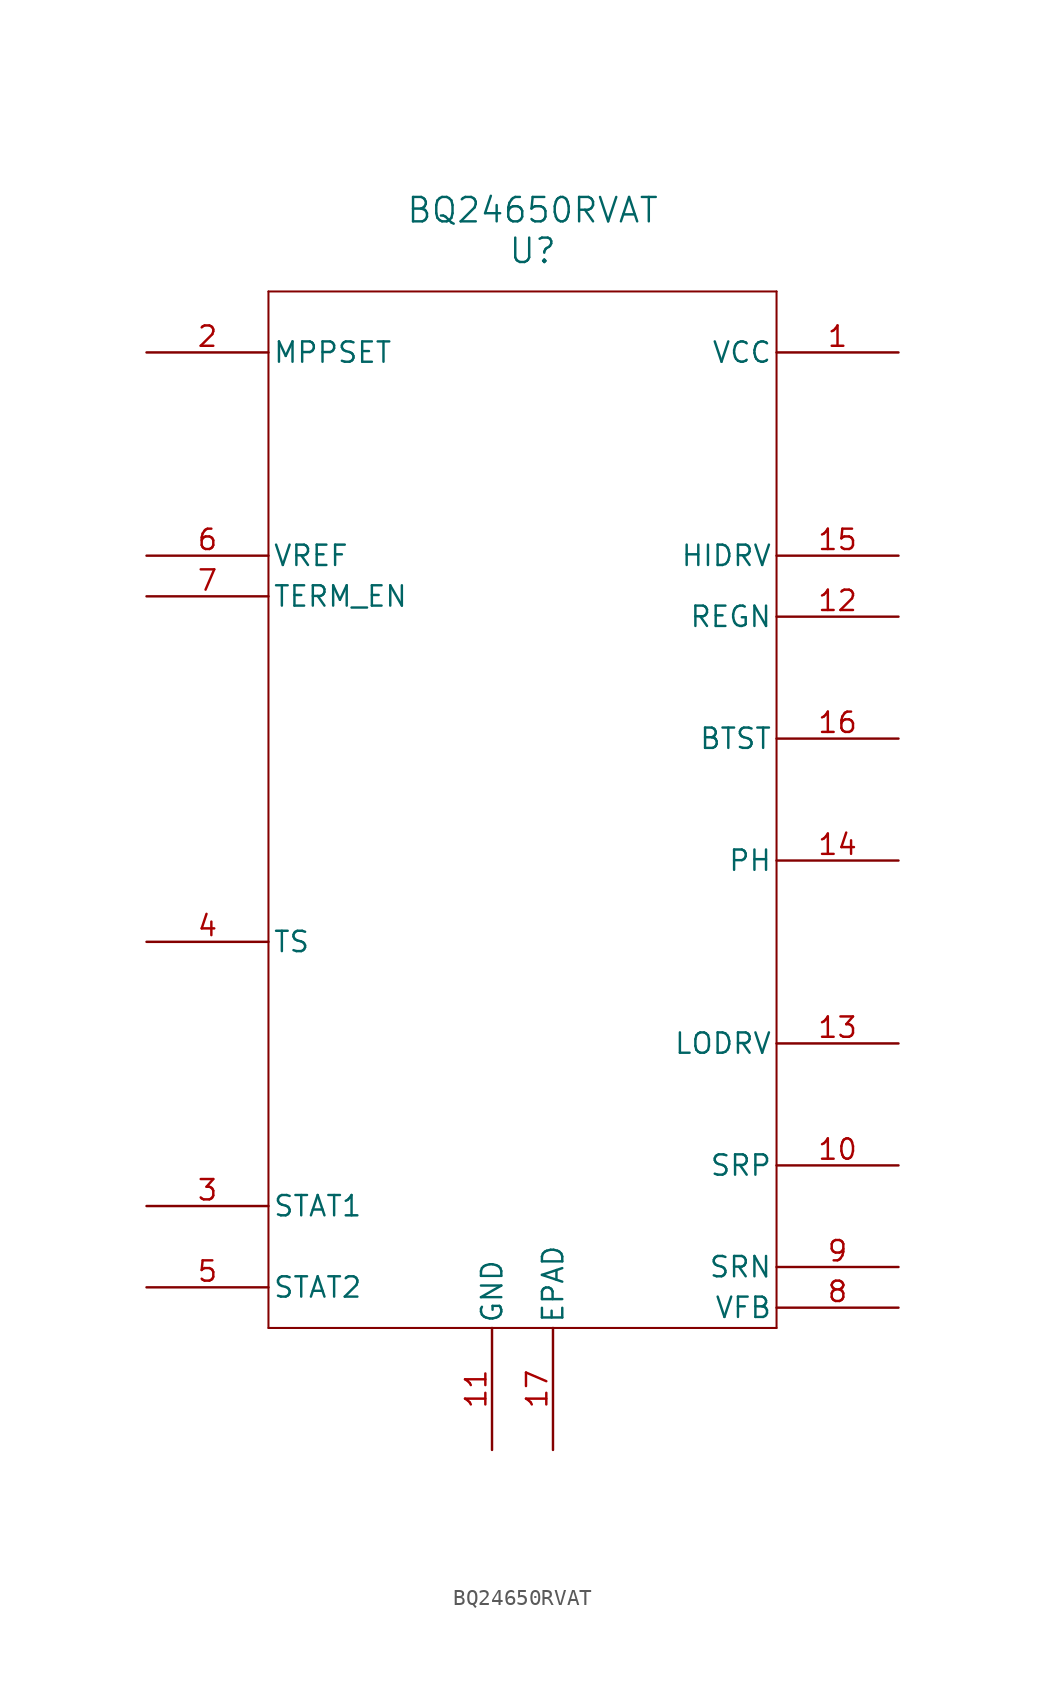
<source format=kicad_sym>
(kicad_symbol_lib
  (version 20220914)
  (generator kicad_symbol_editor)
  (symbol "BQ24650RVAT"
    (pin_names
      (offset 0.254))
    (property "Reference" "U"
      (at 58.42 109.22 0)
      (effects (font (size 1.524 1.524))))
    (property "Value" "BQ24650RVAT"
      (at 58.42 111.76 0)
      (effects (font (size 1.524 1.524))))
    (property "ki_locked" ""
      (at 0 0 0)
      (effects (font (size 1.27 1.27))))
    (symbol "BQ24650RVAT_0_1"
      (polyline (pts (xy 41.91 41.91) (xy 73.66 41.91)) (stroke (width 0.127) (type default)) (fill (type none)))
      (polyline (pts (xy 41.91 106.68) (xy 41.91 41.91)) (stroke (width 0.127) (type default)) (fill (type none)))
      (polyline (pts (xy 73.66 41.91) (xy 73.66 106.68)) (stroke (width 0.127) (type default)) (fill (type none)))
      (polyline (pts (xy 73.66 106.68) (xy 41.91 106.68)) (stroke (width 0.127) (type default)) (fill (type none)))
      (pin bidirectional line (at 81.28 52.07 180) (length 7.62) (name "SRP" (effects (font (size 1.27 1.27)))) (number "10" (effects (font (size 1.27 1.27)))))
      (pin power_in line (at 81.28 86.36 180) (length 7.62) (name "REGN" (effects (font (size 1.27 1.27)))) (number "12" (effects (font (size 1.27 1.27)))))
      (pin output line (at 81.28 59.69 180) (length 7.62) (name "LODRV" (effects (font (size 1.27 1.27)))) (number "13" (effects (font (size 1.27 1.27)))))
      (pin power_in line (at 81.28 71.12 180) (length 7.62) (name "PH" (effects (font (size 1.27 1.27)))) (number "14" (effects (font (size 1.27 1.27)))))
      (pin output line (at 81.28 90.17 180) (length 7.62) (name "HIDRV" (effects (font (size 1.27 1.27)))) (number "15" (effects (font (size 1.27 1.27)))))
      (pin power_in line (at 81.28 78.74 180) (length 7.62) (name "BTST" (effects (font (size 1.27 1.27)))) (number "16" (effects (font (size 1.27 1.27)))))
      (pin input line (at 34.29 102.87 0) (length 7.62) (name "MPPSET" (effects (font (size 1.27 1.27)))) (number "2" (effects (font (size 1.27 1.27)))))
      (pin output line (at 34.29 49.53 0) (length 7.62) (name "STAT1" (effects (font (size 1.27 1.27)))) (number "3" (effects (font (size 1.27 1.27)))))
      (pin input line (at 34.29 66.04 0) (length 7.62) (name "TS" (effects (font (size 1.27 1.27)))) (number "4" (effects (font (size 1.27 1.27)))))
      (pin output line (at 34.29 44.45 0) (length 7.62) (name "STAT2" (effects (font (size 1.27 1.27)))) (number "5" (effects (font (size 1.27 1.27)))))
      (pin power_in line (at 34.29 90.17 0) (length 7.62) (name "VREF" (effects (font (size 1.27 1.27)))) (number "6" (effects (font (size 1.27 1.27)))))
      (pin input line (at 81.28 43.18 180) (length 7.62) (name "VFB" (effects (font (size 1.27 1.27)))) (number "8" (effects (font (size 1.27 1.27)))))
      (pin input line (at 81.28 45.72 180) (length 7.62) (name "SRN" (effects (font (size 1.27 1.27)))) (number "9" (effects (font (size 1.27 1.27))))))
    (symbol "BQ24650RVAT_1_1"
      (pin power_in line (at 81.28 102.87 180) (length 7.62) (name "VCC" (effects (font (size 1.27 1.27)))) (number "1" (effects (font (size 1.27 1.27)))))
      (pin power_in line (at 55.88 34.29 90) (length 7.62) (name "GND" (effects (font (size 1.27 1.27)))) (number "11" (effects (font (size 1.27 1.27)))))
      (pin power_in line (at 59.69 34.29 90) (length 7.62) (name "EPAD" (effects (font (size 1.27 1.27)))) (number "17" (effects (font (size 1.27 1.27)))))
      (pin input line (at 34.29 87.63 0) (length 7.62) (name "TERM_EN" (effects (font (size 1.27 1.27)))) (number "7" (effects (font (size 1.27 1.27))))))))
</source>
